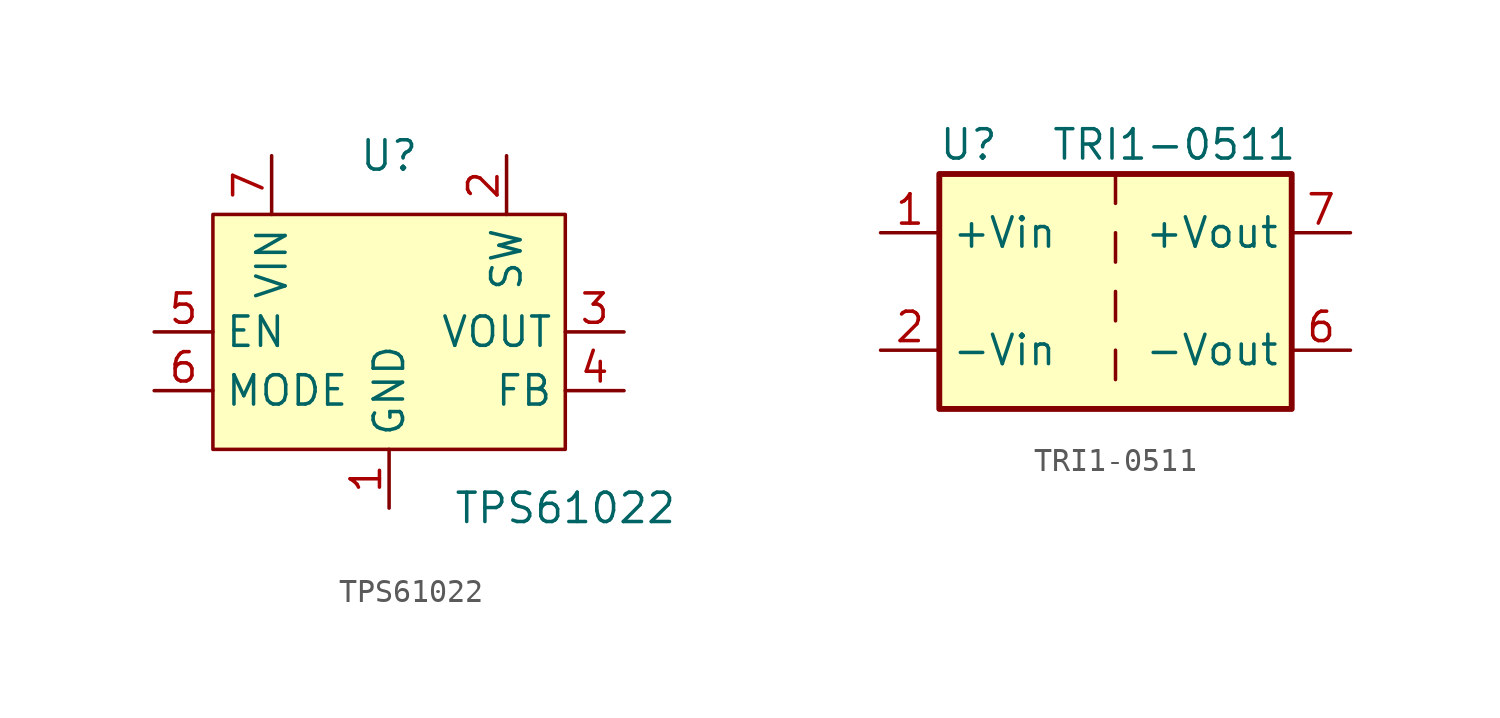
<source format=kicad_sym>
(kicad_symbol_lib
  (version 20231120)
  (generator "kicad_symbol_editor")
  (generator_version "8.0")
  (symbol "TPS61022"
    (property "Reference" "U"
      (at 0 7.62 0)
      (effects (font (size 1.27 1.27))))
    (property "Value" "TPS61022"
      (at 7.62 -7.62 0)
      (effects (font (size 1.27 1.27))))
    (symbol "TPS61022_1_1"
      (rectangle (start -7.62 5.08) (end 7.62 -5.08) (stroke (width 0) (type default)) (fill (type background)))
      (pin power_in line (at 0 -7.62 90) (length 2.54) (name "GND" (effects (font (size 1.27 1.27)))) (number "1" (effects (font (size 1.27 1.27)))))
      (pin input line (at 5.08 7.62 270) (length 2.54) (name "SW" (effects (font (size 1.27 1.27)))) (number "2" (effects (font (size 1.27 1.27)))))
      (pin power_out line (at 10.16 0 180) (length 2.54) (name "VOUT" (effects (font (size 1.27 1.27)))) (number "3" (effects (font (size 1.27 1.27)))))
      (pin input line (at 10.16 -2.54 180) (length 2.54) (name "FB" (effects (font (size 1.27 1.27)))) (number "4" (effects (font (size 1.27 1.27)))))
      (pin input line (at -10.16 0 0) (length 2.54) (name "EN" (effects (font (size 1.27 1.27)))) (number "5" (effects (font (size 1.27 1.27)))))
      (pin input line (at -10.16 -2.54 0) (length 2.54) (name "MODE" (effects (font (size 1.27 1.27)))) (number "6" (effects (font (size 1.27 1.27)))))
      (pin power_in line (at -5.08 7.62 270) (length 2.54) (name "VIN" (effects (font (size 1.27 1.27)))) (number "7" (effects (font (size 1.27 1.27)))))))
  (symbol "TRI1-0511"
    (property "Reference" "U"
      (at -6.35 6.35 0)
      (effects (font (size 1.27 1.27))))
    (property "Value" "TRI1-0511"
      (at 2.54 6.35 0)
      (effects (font (size 1.27 1.27))))
    (symbol "TRI1-0511_0_1"
      (rectangle (start -7.62 5.08) (end 7.62 -5.08) (stroke (width 0.254) (type default)) (fill (type background)))
      (polyline (pts (xy 0 -2.54) (xy 0 -3.81)) (stroke (width 0) (type default)) (fill (type none)))
      (polyline (pts (xy 0 0) (xy 0 -1.27)) (stroke (width 0) (type default)) (fill (type none)))
      (polyline (pts (xy 0 2.54) (xy 0 1.27)) (stroke (width 0) (type default)) (fill (type none)))
      (polyline (pts (xy 0 5.08) (xy 0 3.81)) (stroke (width 0) (type default)) (fill (type none))))
    (symbol "TRI1-0511_1_1"
      (pin power_in line (at -10.16 2.54 0) (length 2.54) (name "+Vin" (effects (font (size 1.27 1.27)))) (number "1" (effects (font (size 1.27 1.27)))))
      (pin power_in line (at -10.16 -2.54 0) (length 2.54) (name "-Vin" (effects (font (size 1.27 1.27)))) (number "2" (effects (font (size 1.27 1.27)))))
      (pin power_out line (at 10.16 -2.54 180) (length 2.54) (name "-Vout" (effects (font (size 1.27 1.27)))) (number "6" (effects (font (size 1.27 1.27)))))
      (pin power_out line (at 10.16 2.54 180) (length 2.54) (name "+Vout" (effects (font (size 1.27 1.27)))) (number "7" (effects (font (size 1.27 1.27))))))))
</source>
